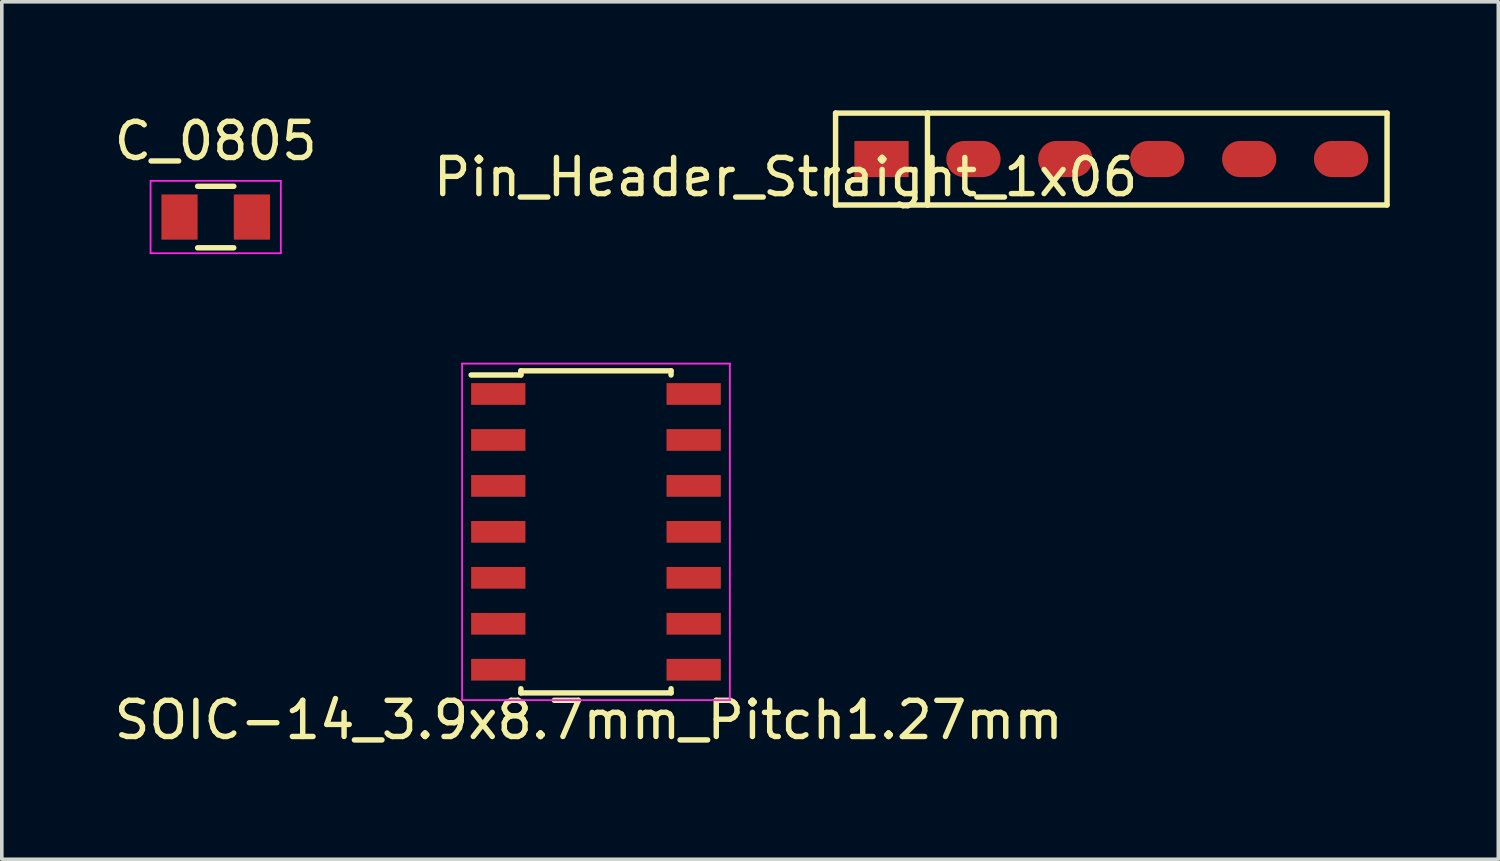
<source format=kicad_pcb>
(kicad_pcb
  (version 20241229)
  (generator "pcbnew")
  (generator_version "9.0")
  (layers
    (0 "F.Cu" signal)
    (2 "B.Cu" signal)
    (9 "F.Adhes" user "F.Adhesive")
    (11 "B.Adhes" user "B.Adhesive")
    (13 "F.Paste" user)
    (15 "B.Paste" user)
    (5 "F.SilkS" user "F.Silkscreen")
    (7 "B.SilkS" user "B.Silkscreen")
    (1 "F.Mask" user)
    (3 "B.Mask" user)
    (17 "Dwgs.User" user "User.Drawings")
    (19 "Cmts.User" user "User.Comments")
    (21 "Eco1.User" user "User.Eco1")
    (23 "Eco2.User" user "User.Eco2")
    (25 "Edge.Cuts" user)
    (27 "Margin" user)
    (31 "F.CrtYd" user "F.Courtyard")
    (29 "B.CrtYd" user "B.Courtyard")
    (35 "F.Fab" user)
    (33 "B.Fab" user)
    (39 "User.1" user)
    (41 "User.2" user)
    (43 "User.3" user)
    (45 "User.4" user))
  (footprint "Pin_Header_Straight_1x06"
    (layer "F.Cu")
    (at 27.661 1.345)
    (property "Reference" "Pin_Header_Straight_1x06" (at -9 0.5 0) (layer "F.SilkS") (effects (font (size 1 1) (thickness 0.15))))
    (attr through_hole)
    (fp_line (start -7.62 -1.27) (end -7.62 1.27) (stroke (width 0.15) (type solid)) (layer "F.SilkS"))
    (fp_line (start -7.62 -1.27) (end -5.08 -1.27) (stroke (width 0.15) (type solid)) (layer "F.SilkS"))
    (fp_line (start -7.62 1.27) (end -5.08 1.27) (stroke (width 0.15) (type solid)) (layer "F.SilkS"))
    (fp_line (start -5.08 -1.27) (end -5.08 1.27) (stroke (width 0.15) (type solid)) (layer "F.SilkS"))
    (fp_line (start -5.08 -1.27) (end 7.62 -1.27) (stroke (width 0.15) (type solid)) (layer "F.SilkS"))
    (fp_line (start 7.62 -1.27) (end 7.62 1.27) (stroke (width 0.15) (type solid)) (layer "F.SilkS"))
    (fp_line (start 7.62 1.27) (end -5.08 1.27) (stroke (width 0.15) (type solid)) (layer "F.SilkS"))
    (pad "1" smd rect (at -6.35 0) (size 1.5 1) (layers "F.Cu" "F.Mask" "F.Paste"))
    (pad "2" smd oval (at -3.81 0) (size 1.5 1) (layers "F.Cu" "F.Mask" "F.Paste"))
    (pad "3" smd oval (at -1.27 0) (size 1.5 1) (layers "F.Cu" "F.Mask" "F.Paste"))
    (pad "4" smd oval (at 1.27 0) (size 1.5 1) (layers "F.Cu" "F.Mask" "F.Paste"))
    (pad "5" smd oval (at 3.81 0) (size 1.5 1) (layers "F.Cu" "F.Mask" "F.Paste"))
    (pad "6" smd oval (at 6.35 0) (size 1.5 1) (layers "F.Cu" "F.Mask" "F.Paste")))
  (footprint "C_0805"
    (layer "F.Cu")
    (at 2.911 2.948)
    (property "Reference" "C_0805" (at 0 -2.1 0) (layer "F.SilkS") (effects (font (size 1 1) (thickness 0.15))))
    (attr smd)
    (fp_line (start -0.5 0.85) (end 0.5 0.85) (stroke (width 0.15) (type solid)) (layer "F.SilkS"))
    (fp_line (start 0.5 -0.85) (end -0.5 -0.85) (stroke (width 0.15) (type solid)) (layer "F.SilkS"))
    (fp_line (start -1.8 -1) (end -1.8 1) (stroke (width 0.05) (type solid)) (layer "F.CrtYd"))
    (fp_line (start -1.8 -1) (end 1.8 -1) (stroke (width 0.05) (type solid)) (layer "F.CrtYd"))
    (fp_line (start -1.8 1) (end 1.8 1) (stroke (width 0.05) (type solid)) (layer "F.CrtYd"))
    (fp_line (start 1.8 -1) (end 1.8 1) (stroke (width 0.05) (type solid)) (layer "F.CrtYd"))
    (pad "1" smd rect (at -1 0) (size 1 1.25) (layers "F.Cu" "F.Mask" "F.Paste"))
    (pad "2" smd rect (at 1 0) (size 1 1.25) (layers "F.Cu" "F.Mask" "F.Paste")))
  (footprint "SOIC-14_3.9x8.7mm_Pitch1.27mm"
    (layer "F.Cu")
    (at 13.42 11.648)
    (property "Reference" "SOIC-14_3.9x8.7mm_Pitch1.27mm" (at -0.2 5.2 0) (layer "F.SilkS") (effects (font (size 1 1) (thickness 0.15))))
    (attr smd)
    (fp_line (start -2.075 -4.45) (end -2.075 -4.335) (stroke (width 0.15) (type solid)) (layer "F.SilkS"))
    (fp_line (start -2.075 -4.45) (end 2.075 -4.45) (stroke (width 0.15) (type solid)) (layer "F.SilkS"))
    (fp_line (start -2.075 -4.335) (end -3.45 -4.335) (stroke (width 0.15) (type solid)) (layer "F.SilkS"))
    (fp_line (start -2.075 4.45) (end -2.075 4.335) (stroke (width 0.15) (type solid)) (layer "F.SilkS"))
    (fp_line (start -2.075 4.45) (end 2.075 4.45) (stroke (width 0.15) (type solid)) (layer "F.SilkS"))
    (fp_line (start 2.075 -4.45) (end 2.075 -4.335) (stroke (width 0.15) (type solid)) (layer "F.SilkS"))
    (fp_line (start 2.075 4.45) (end 2.075 4.335) (stroke (width 0.15) (type solid)) (layer "F.SilkS"))
    (fp_line (start -3.7 -4.65) (end -3.7 4.65) (stroke (width 0.05) (type solid)) (layer "F.CrtYd"))
    (fp_line (start -3.7 -4.65) (end 3.7 -4.65) (stroke (width 0.05) (type solid)) (layer "F.CrtYd"))
    (fp_line (start -3.7 4.65) (end 3.7 4.65) (stroke (width 0.05) (type solid)) (layer "F.CrtYd"))
    (fp_line (start 3.7 -4.65) (end 3.7 4.65) (stroke (width 0.05) (type solid)) (layer "F.CrtYd"))
    (pad "1" smd rect (at -2.7 -3.81) (size 1.5 0.6) (layers "F.Cu" "F.Mask" "F.Paste"))
    (pad "2" smd rect (at -2.7 -2.54) (size 1.5 0.6) (layers "F.Cu" "F.Mask" "F.Paste"))
    (pad "3" smd rect (at -2.7 -1.27) (size 1.5 0.6) (layers "F.Cu" "F.Mask" "F.Paste"))
    (pad "4" smd rect (at -2.7 0) (size 1.5 0.6) (layers "F.Cu" "F.Mask" "F.Paste"))
    (pad "5" smd rect (at -2.7 1.27) (size 1.5 0.6) (layers "F.Cu" "F.Mask" "F.Paste"))
    (pad "6" smd rect (at -2.7 2.54) (size 1.5 0.6) (layers "F.Cu" "F.Mask" "F.Paste"))
    (pad "7" smd rect (at -2.7 3.81) (size 1.5 0.6) (layers "F.Cu" "F.Mask" "F.Paste"))
    (pad "8" smd rect (at 2.7 3.81) (size 1.5 0.6) (layers "F.Cu" "F.Mask" "F.Paste"))
    (pad "9" smd rect (at 2.7 2.54) (size 1.5 0.6) (layers "F.Cu" "F.Mask" "F.Paste"))
    (pad "10" smd rect (at 2.7 1.27) (size 1.5 0.6) (layers "F.Cu" "F.Mask" "F.Paste"))
    (pad "11" smd rect (at 2.7 0) (size 1.5 0.6) (layers "F.Cu" "F.Mask" "F.Paste"))
    (pad "12" smd rect (at 2.7 -1.27) (size 1.5 0.6) (layers "F.Cu" "F.Mask" "F.Paste"))
    (pad "13" smd rect (at 2.7 -2.54) (size 1.5 0.6) (layers "F.Cu" "F.Mask" "F.Paste"))
    (pad "14" smd rect (at 2.7 -3.81) (size 1.5 0.6) (layers "F.Cu" "F.Mask" "F.Paste")))
  (gr_rect
    (start -3 -3)
    (end 38.356 20.697)
    (stroke (width 0.1) (type default))
    (fill no)
    (layer "Edge.Cuts")))
</source>
